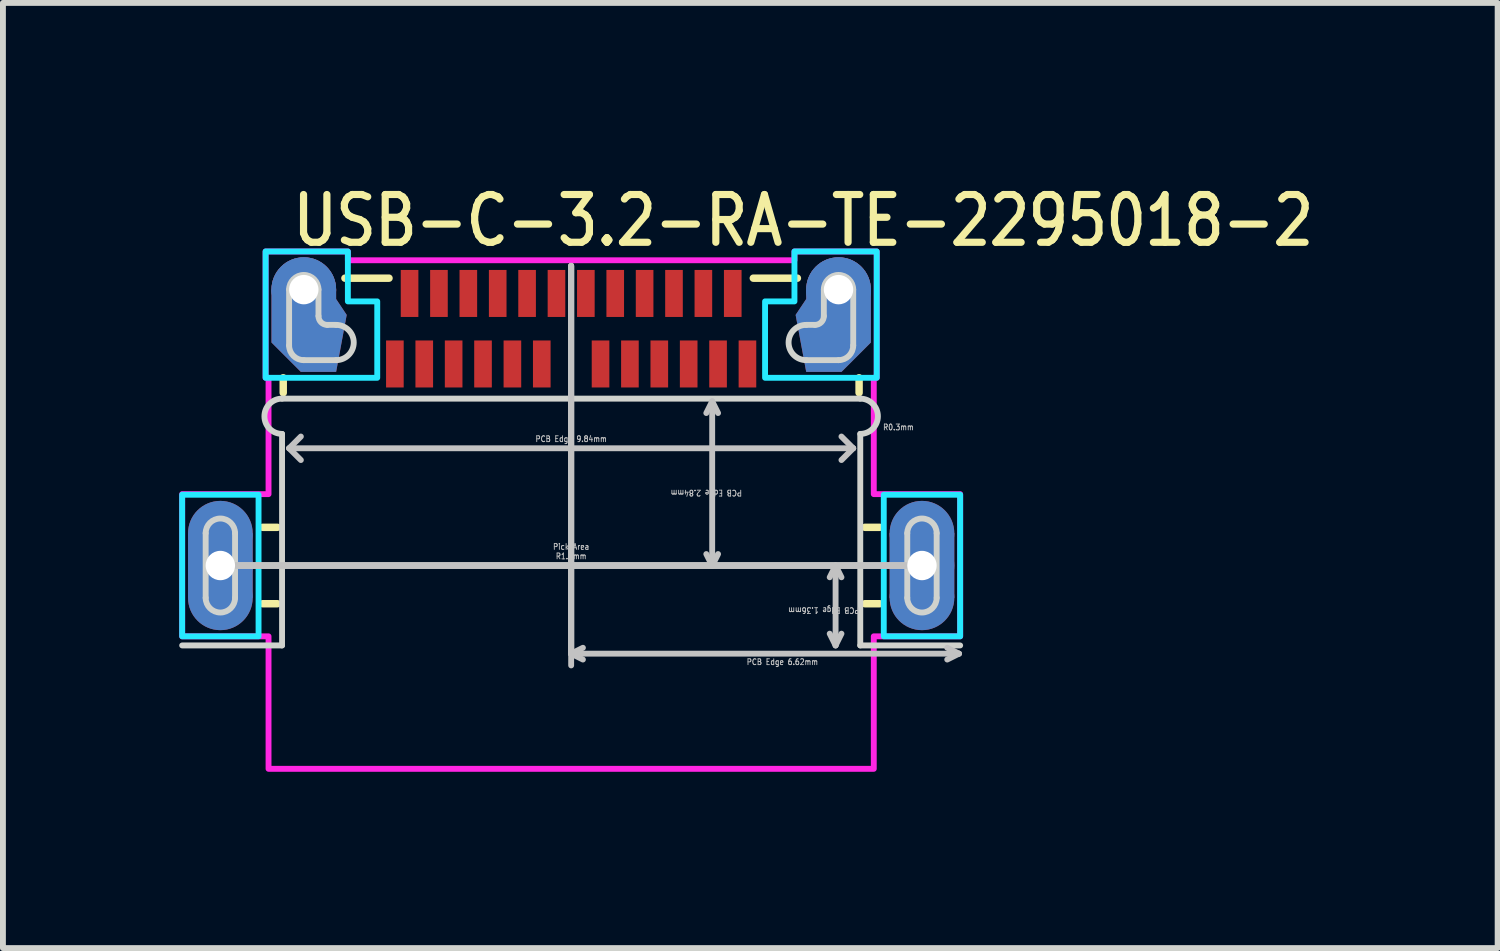
<source format=kicad_pcb>
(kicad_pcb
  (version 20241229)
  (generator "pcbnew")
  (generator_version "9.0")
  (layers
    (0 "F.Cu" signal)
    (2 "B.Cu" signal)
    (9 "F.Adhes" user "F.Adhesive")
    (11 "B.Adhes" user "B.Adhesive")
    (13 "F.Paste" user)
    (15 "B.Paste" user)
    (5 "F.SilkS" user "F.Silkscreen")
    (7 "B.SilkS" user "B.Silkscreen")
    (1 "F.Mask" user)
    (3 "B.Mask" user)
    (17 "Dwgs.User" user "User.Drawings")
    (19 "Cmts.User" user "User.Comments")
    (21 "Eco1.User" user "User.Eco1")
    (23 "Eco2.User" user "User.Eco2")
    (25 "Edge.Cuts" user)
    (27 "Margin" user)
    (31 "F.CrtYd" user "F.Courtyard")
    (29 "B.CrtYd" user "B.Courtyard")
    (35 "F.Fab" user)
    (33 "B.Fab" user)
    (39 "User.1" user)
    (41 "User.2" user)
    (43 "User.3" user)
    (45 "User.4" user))
  (footprint "USB-C-3.2-RA-TE-2295018-2"
    (layer "F.Cu")
    (at 6.67 6.574)
    (property "Reference" "USB-C-3.2-RA-TE-2295018-2" (at -4.8 -5.395 0) (unlocked yes) (layer "F.SilkS") (effects (font (size 0.813 0.695) (thickness 0.122)) (justify left bottom)))
    (fp_circle (center -5.97 -0.55) (end -6.52 -0.55) (stroke (width 0) (type solid)) (fill yes) (layer "F.Cu"))
    (fp_circle (center -5.97 0.55) (end -5.42 0.55) (stroke (width 0) (type solid)) (fill yes) (layer "F.Cu"))
    (fp_circle (center -4.55 -4.695) (end -5.1 -4.695) (stroke (width 0) (type solid)) (fill yes) (layer "F.Cu"))
    (fp_circle (center 4.55 -4.695) (end 5.1 -4.695) (stroke (width 0) (type solid)) (fill yes) (layer "F.Cu"))
    (fp_circle (center 5.97 -0.55) (end 5.42 -0.55) (stroke (width 0) (type solid)) (fill yes) (layer "F.Cu"))
    (fp_circle (center 5.97 0.55) (end 6.52 0.55) (stroke (width 0) (type solid)) (fill yes) (layer "F.Cu"))
    (fp_poly (pts (xy -6.52 -0.55) (xy -5.42 -0.55) (xy -5.42 0.55) (xy -6.52 0.55)) (stroke (width 0) (type solid)) (fill yes) (layer "F.Cu"))
    (fp_poly (pts (xy 5.42 -0.55) (xy 6.52 -0.55) (xy 6.52 0.55) (xy 5.42 0.55)) (stroke (width 0) (type solid)) (fill yes) (layer "F.Cu"))
    (fp_poly (pts (xy -5.1 -4.695) (xy -4 -4.695) (xy -4 -4.535) (xy -3.82 -4.265) (xy -4 -3.295) (xy -4.6 -3.295) (xy -5.1 -3.795)) (stroke (width 0) (type solid)) (fill yes) (layer "F.Cu"))
    (fp_poly (pts (xy 5.1 -4.695) (xy 4 -4.695) (xy 4 -4.535) (xy 3.82 -4.265) (xy 4 -3.295) (xy 4.6 -3.295) (xy 5.1 -3.795)) (stroke (width 0) (type solid)) (fill yes) (layer "F.Cu"))
    (fp_circle (center -5.97 -0.55) (end -6.62 -0.55) (stroke (width 0) (type solid)) (fill yes) (layer "F.Mask"))
    (fp_circle (center -5.97 0.55) (end -5.32 0.55) (stroke (width 0) (type solid)) (fill yes) (layer "F.Mask"))
    (fp_circle (center -4.55 -4.695) (end -5.2 -4.695) (stroke (width 0) (type solid)) (fill yes) (layer "F.Mask"))
    (fp_circle (center 4.55 -4.695) (end 5.2 -4.695) (stroke (width 0) (type solid)) (fill yes) (layer "F.Mask"))
    (fp_circle (center 5.97 -0.55) (end 5.32 -0.55) (stroke (width 0) (type solid)) (fill yes) (layer "F.Mask"))
    (fp_circle (center 5.97 0.55) (end 6.62 0.55) (stroke (width 0) (type solid)) (fill yes) (layer "F.Mask"))
    (fp_poly (pts (xy -6.62 -0.55) (xy -5.32 -0.55) (xy -5.32 0.55) (xy -6.62 0.55)) (stroke (width 0) (type solid)) (fill yes) (layer "F.Mask"))
    (fp_poly (pts (xy 5.32 -0.55) (xy 6.62 -0.55) (xy 6.62 0.55) (xy 5.32 0.55)) (stroke (width 0) (type solid)) (fill yes) (layer "F.Mask"))
    (fp_poly (pts (xy -5.2 -4.695) (xy -3.9 -4.695) (xy -3.9 -4.585) (xy -3.72 -4.33) (xy -4 -3.195) (xy -4.6 -3.195) (xy -5.2 -3.795)) (stroke (width 0) (type solid)) (fill yes) (layer "F.Mask"))
    (fp_poly (pts (xy 5.2 -4.695) (xy 3.9 -4.695) (xy 3.9 -4.585) (xy 3.72 -4.33) (xy 4 -3.195) (xy 4.6 -3.195) (xy 5.2 -3.795)) (stroke (width 0) (type solid)) (fill yes) (layer "F.Mask"))
    (fp_circle (center -5.97 -0.55) (end -6.52 -0.55) (stroke (width 0) (type solid)) (fill yes) (layer "B.Cu"))
    (fp_circle (center -5.97 0.55) (end -5.42 0.55) (stroke (width 0) (type solid)) (fill yes) (layer "B.Cu"))
    (fp_circle (center -4.55 -4.695) (end -5.1 -4.695) (stroke (width 0) (type solid)) (fill yes) (layer "B.Cu"))
    (fp_circle (center 4.55 -4.695) (end 5.1 -4.695) (stroke (width 0) (type solid)) (fill yes) (layer "B.Cu"))
    (fp_circle (center 5.97 -0.55) (end 5.42 -0.55) (stroke (width 0) (type solid)) (fill yes) (layer "B.Cu"))
    (fp_circle (center 5.97 0.55) (end 6.52 0.55) (stroke (width 0) (type solid)) (fill yes) (layer "B.Cu"))
    (fp_poly (pts (xy -6.52 -0.55) (xy -5.42 -0.55) (xy -5.42 0.55) (xy -6.52 0.55)) (stroke (width 0) (type solid)) (fill yes) (layer "B.Cu"))
    (fp_poly (pts (xy 5.42 -0.55) (xy 6.52 -0.55) (xy 6.52 0.55) (xy 5.42 0.55)) (stroke (width 0) (type solid)) (fill yes) (layer "B.Cu"))
    (fp_poly (pts (xy -5.1 -4.695) (xy -4 -4.695) (xy -4 -4.535) (xy -3.82 -4.265) (xy -4 -3.295) (xy -4.6 -3.295) (xy -5.1 -3.795)) (stroke (width 0) (type solid)) (fill yes) (layer "B.Cu"))
    (fp_poly (pts (xy 5.1 -4.695) (xy 4 -4.695) (xy 4 -4.535) (xy 3.82 -4.265) (xy 4 -3.295) (xy 4.6 -3.295) (xy 5.1 -3.795)) (stroke (width 0) (type solid)) (fill yes) (layer "B.Cu"))
    (fp_circle (center -5.97 -0.55) (end -6.62 -0.55) (stroke (width 0) (type solid)) (fill yes) (layer "B.Mask"))
    (fp_circle (center -5.97 0.55) (end -5.32 0.55) (stroke (width 0) (type solid)) (fill yes) (layer "B.Mask"))
    (fp_circle (center -4.55 -4.695) (end -5.2 -4.695) (stroke (width 0) (type solid)) (fill yes) (layer "B.Mask"))
    (fp_circle (center 4.55 -4.695) (end 5.2 -4.695) (stroke (width 0) (type solid)) (fill yes) (layer "B.Mask"))
    (fp_circle (center 5.97 -0.55) (end 5.32 -0.55) (stroke (width 0) (type solid)) (fill yes) (layer "B.Mask"))
    (fp_circle (center 5.97 0.55) (end 6.62 0.55) (stroke (width 0) (type solid)) (fill yes) (layer "B.Mask"))
    (fp_poly (pts (xy -6.62 -0.55) (xy -5.32 -0.55) (xy -5.32 0.55) (xy -6.62 0.55)) (stroke (width 0) (type solid)) (fill yes) (layer "B.Mask"))
    (fp_poly (pts (xy 5.32 -0.55) (xy 6.62 -0.55) (xy 6.62 0.55) (xy 5.32 0.55)) (stroke (width 0) (type solid)) (fill yes) (layer "B.Mask"))
    (fp_poly (pts (xy -5.2 -4.695) (xy -3.9 -4.695) (xy -3.9 -4.585) (xy -3.72 -4.33) (xy -4 -3.195) (xy -4.6 -3.195) (xy -5.2 -3.795)) (stroke (width 0) (type solid)) (fill yes) (layer "B.Mask"))
    (fp_poly (pts (xy 5.2 -4.695) (xy 3.9 -4.695) (xy 3.9 -4.585) (xy 3.72 -4.33) (xy 4 -3.195) (xy 4.6 -3.195) (xy 5.2 -3.795)) (stroke (width 0) (type solid)) (fill yes) (layer "B.Mask"))
    (fp_line (start -5.25 0.65) (end -5 0.65) (stroke (width 0.127) (type solid)) (layer "F.SilkS"))
    (fp_line (start -5 -0.65) (end -5.25 -0.65) (stroke (width 0.127) (type solid)) (layer "F.SilkS"))
    (fp_line (start -4.9 -3.195) (end -4.9 -2.94) (stroke (width 0.127) (type solid)) (layer "F.SilkS"))
    (fp_line (start -3.1 -4.89) (end -3.85 -4.89) (stroke (width 0.127) (type solid)) (layer "F.SilkS"))
    (fp_line (start 3.1 -4.89) (end 3.85 -4.89) (stroke (width 0.127) (type solid)) (layer "F.SilkS"))
    (fp_line (start 4.9 -3.195) (end 4.9 -2.94) (stroke (width 0.127) (type solid)) (layer "F.SilkS"))
    (fp_line (start 5 -0.65) (end 5.25 -0.65) (stroke (width 0.127) (type solid)) (layer "F.SilkS"))
    (fp_line (start 5 0.65) (end 5.25 0.65) (stroke (width 0.127) (type solid)) (layer "F.SilkS"))
    (fp_line (start -6 0) (end 6 0) (stroke (width 0.1) (type solid)) (layer "Dwgs.User"))
    (fp_line (start -6 0) (end 6 0) (stroke (width 0.1) (type solid)) (layer "Dwgs.User"))
    (fp_line (start -6 0) (end 6 0) (stroke (width 0.1) (type solid)) (layer "Dwgs.User"))
    (fp_line (start -6 0) (end 6 0) (stroke (width 0.1) (type solid)) (layer "Dwgs.User"))
    (fp_line (start -6 0) (end 6 0) (stroke (width 0.1) (type solid)) (layer "Dwgs.User"))
    (fp_line (start -6 0) (end 6 0) (stroke (width 0.1) (type solid)) (layer "Dwgs.User"))
    (fp_line (start -4.8 -1.995) (end -4.6 -2.195) (stroke (width 0.1) (type solid)) (layer "Dwgs.User"))
    (fp_line (start -4.8 -1.995) (end -4.6 -1.795) (stroke (width 0.1) (type solid)) (layer "Dwgs.User"))
    (fp_line (start -4.8 -1.995) (end 4.8 -1.995) (stroke (width 0.1) (type solid)) (layer "Dwgs.User"))
    (fp_line (start 0 -5.1) (end 0 1.5) (stroke (width 0.1) (type solid)) (layer "Dwgs.User"))
    (fp_line (start 0 -5.1) (end 0 1.5) (stroke (width 0.1) (type solid)) (layer "Dwgs.User"))
    (fp_line (start 0 -5.1) (end 0 1.5) (stroke (width 0.1) (type solid)) (layer "Dwgs.User"))
    (fp_line (start 0 -5.1) (end 0 1.5) (stroke (width 0.1) (type solid)) (layer "Dwgs.User"))
    (fp_line (start 0 1.5) (end 0 1.7) (stroke (width 0.1) (type solid)) (layer "Dwgs.User"))
    (fp_line (start 0 1.5) (end 0.2 1.4) (stroke (width 0.1) (type solid)) (layer "Dwgs.User"))
    (fp_line (start 0 1.5) (end 0.2 1.6) (stroke (width 0.1) (type solid)) (layer "Dwgs.User"))
    (fp_line (start 2.4 -2.795) (end 2.3 -2.595) (stroke (width 0.1) (type solid)) (layer "Dwgs.User"))
    (fp_line (start 2.4 -2.795) (end 2.4 0.005) (stroke (width 0.1) (type solid)) (layer "Dwgs.User"))
    (fp_line (start 2.4 -2.795) (end 2.5 -2.595) (stroke (width 0.1) (type solid)) (layer "Dwgs.User"))
    (fp_line (start 2.4 0.005) (end 2.3 -0.195) (stroke (width 0.1) (type solid)) (layer "Dwgs.User"))
    (fp_line (start 2.4 0.005) (end 2.5 -0.195) (stroke (width 0.1) (type solid)) (layer "Dwgs.User"))
    (fp_line (start 4.5 0) (end 4.4 0.2) (stroke (width 0.1) (type solid)) (layer "Dwgs.User"))
    (fp_line (start 4.5 0) (end 4.5 1.36) (stroke (width 0.1) (type solid)) (layer "Dwgs.User"))
    (fp_line (start 4.5 0) (end 4.6 0.2) (stroke (width 0.1) (type solid)) (layer "Dwgs.User"))
    (fp_line (start 4.5 1.36) (end 4.4 1.16) (stroke (width 0.1) (type solid)) (layer "Dwgs.User"))
    (fp_line (start 4.5 1.36) (end 4.6 1.16) (stroke (width 0.1) (type solid)) (layer "Dwgs.User"))
    (fp_line (start 4.8 -1.995) (end 4.6 -2.195) (stroke (width 0.1) (type solid)) (layer "Dwgs.User"))
    (fp_line (start 4.8 -1.995) (end 4.6 -1.795) (stroke (width 0.1) (type solid)) (layer "Dwgs.User"))
    (fp_line (start 6.4 1.4) (end 6.6 1.5) (stroke (width 0.1) (type solid)) (layer "Dwgs.User"))
    (fp_line (start 6.6 1.5) (end 0 1.5) (stroke (width 0.1) (type solid)) (layer "Dwgs.User"))
    (fp_line (start 6.6 1.5) (end 6.4 1.6) (stroke (width 0.1) (type solid)) (layer "Dwgs.User"))
    (fp_circle (center 0 0) (end 1.5 0) (stroke (width 0.0001) (type solid)) (fill no) (layer "Dwgs.User"))
    (fp_line (start -6.22 0.55) (end -6.22 -0.55) (stroke (width 0.1) (type solid)) (layer "Edge.Cuts"))
    (fp_line (start -5.72 -0.55) (end -5.72 0.55) (stroke (width 0.1) (type solid)) (layer "Edge.Cuts"))
    (fp_line (start -4.92 -2.84) (end 4.92 -2.84) (stroke (width 0.1) (type solid)) (layer "Edge.Cuts"))
    (fp_line (start -4.92 1.36) (end -6.62 1.36) (stroke (width 0.1) (type solid)) (layer "Edge.Cuts"))
    (fp_line (start -4.92 1.36) (end -4.92 -2.24) (stroke (width 0.1) (type solid)) (layer "Edge.Cuts"))
    (fp_line (start -4.8 -3.745) (end -4.8 -4.695) (stroke (width 0.1) (type solid)) (layer "Edge.Cuts"))
    (fp_line (start -4.3 -4.695) (end -4.3 -4.245) (stroke (width 0.1) (type solid)) (layer "Edge.Cuts"))
    (fp_line (start -4.15 -4.095) (end -4 -4.095) (stroke (width 0.1) (type solid)) (layer "Edge.Cuts"))
    (fp_line (start -4 -3.495) (end -4.55 -3.495) (stroke (width 0.1) (type solid)) (layer "Edge.Cuts"))
    (fp_line (start 4 -3.495) (end 4.55 -3.495) (stroke (width 0.1) (type solid)) (layer "Edge.Cuts"))
    (fp_line (start 4.15 -4.095) (end 4 -4.095) (stroke (width 0.1) (type solid)) (layer "Edge.Cuts"))
    (fp_line (start 4.3 -4.695) (end 4.3 -4.245) (stroke (width 0.1) (type solid)) (layer "Edge.Cuts"))
    (fp_line (start 4.8 -3.745) (end 4.8 -4.695) (stroke (width 0.1) (type solid)) (layer "Edge.Cuts"))
    (fp_line (start 4.92 -2.24) (end 4.92 1.36) (stroke (width 0.1) (type solid)) (layer "Edge.Cuts"))
    (fp_line (start 5.72 0.55) (end 5.72 -0.55) (stroke (width 0.1) (type solid)) (layer "Edge.Cuts"))
    (fp_line (start 6.22 -0.55) (end 6.22 0.55) (stroke (width 0.1) (type solid)) (layer "Edge.Cuts"))
    (fp_line (start 6.62 1.36) (end 4.92 1.36) (stroke (width 0.1) (type solid)) (layer "Edge.Cuts"))
    (fp_arc (start -6.22 -0.55) (mid -5.97 -0.8) (end -5.72 -0.55) (stroke (width 0.1) (type solid)) (layer "Edge.Cuts"))
    (fp_arc (start -5.72 0.55) (mid -5.97 0.8) (end -6.22 0.55) (stroke (width 0.1) (type solid)) (layer "Edge.Cuts"))
    (fp_arc (start -4.92 -2.24) (mid -5.22 -2.54) (end -4.92 -2.84) (stroke (width 0.1) (type solid)) (layer "Edge.Cuts"))
    (fp_arc (start -4.8 -4.695) (mid -4.55 -4.945) (end -4.3 -4.695) (stroke (width 0.1) (type solid)) (layer "Edge.Cuts"))
    (fp_arc (start -4.55 -3.495) (mid -4.726777 -3.568223) (end -4.8 -3.745) (stroke (width 0.1) (type solid)) (layer "Edge.Cuts"))
    (fp_arc (start -4.15 -4.095) (mid -4.256066 -4.138934) (end -4.3 -4.245) (stroke (width 0.1) (type solid)) (layer "Edge.Cuts"))
    (fp_arc (start -4 -4.095) (mid -3.7 -3.795) (end -4 -3.495) (stroke (width 0.1) (type solid)) (layer "Edge.Cuts"))
    (fp_arc (start 4 -3.495) (mid 3.7 -3.795) (end 4 -4.095) (stroke (width 0.1) (type solid)) (layer "Edge.Cuts"))
    (fp_arc (start 4.3 -4.695) (mid 4.55 -4.945) (end 4.8 -4.695) (stroke (width 0.1) (type solid)) (layer "Edge.Cuts"))
    (fp_arc (start 4.3 -4.245) (mid 4.256066 -4.138934) (end 4.15 -4.095) (stroke (width 0.1) (type solid)) (layer "Edge.Cuts"))
    (fp_arc (start 4.8 -3.745) (mid 4.726777 -3.568223) (end 4.55 -3.495) (stroke (width 0.1) (type solid)) (layer "Edge.Cuts"))
    (fp_arc (start 4.92 -2.84) (mid 5.22 -2.54) (end 4.92 -2.24) (stroke (width 0.1) (type solid)) (layer "Edge.Cuts"))
    (fp_arc (start 5.72 -0.55) (mid 5.97 -0.8) (end 6.22 -0.55) (stroke (width 0.1) (type solid)) (layer "Edge.Cuts"))
    (fp_arc (start 6.22 0.55) (mid 5.97 0.8) (end 5.72 0.55) (stroke (width 0.1) (type solid)) (layer "Edge.Cuts"))
    (fp_poly (pts (xy -6.62 -1.205) (xy -5.32 -1.205) (xy -5.32 1.205) (xy -6.62 1.205)) (stroke (width 0.1) (type solid)) (fill no) (layer "B.CrtYd"))
    (fp_poly (pts (xy 5.32 -1.205) (xy 6.62 -1.205) (xy 6.62 1.205) (xy 5.32 1.205)) (stroke (width 0.1) (type solid)) (fill no) (layer "B.CrtYd"))
    (fp_poly (pts (xy -5.2 -5.345) (xy -3.8 -5.345) (xy -3.8 -4.495) (xy -3.3 -4.495) (xy -3.3 -3.195) (xy -5.2 -3.195)) (stroke (width 0.1) (type solid)) (fill no) (layer "B.CrtYd"))
    (fp_poly (pts (xy 5.2 -5.345) (xy 3.8 -5.345) (xy 3.8 -4.495) (xy 3.3 -4.495) (xy 3.3 -3.195) (xy 5.2 -3.195)) (stroke (width 0.1) (type solid)) (fill no) (layer "B.CrtYd"))
    (fp_poly (pts (xy -5.2 -5.345) (xy -3.8 -5.345) (xy -3.8 -5.195) (xy 3.8 -5.195) (xy 3.8 -5.345) (xy 5.2 -5.345) (xy 5.2 -3.195) (xy 5.15 -3.195) (xy 5.15 -1.215) (xy 6.62 -1.215) (xy 6.62 1.205) (xy 5.15 1.205) (xy 5.15 3.46) (xy -5.15 3.46) (xy -5.15 1.205) (xy -6.62 1.205) (xy -6.62 -1.215) (xy -5.15 -1.215) (xy -5.15 -3.195) (xy -5.2 -3.195)) (stroke (width 0.1) (type solid)) (fill no) (layer "F.CrtYd"))
    (fp_text user "Pick Area\nR1.5mm" (at 0 -0.1 0) (unlocked yes) (layer "Dwgs.User") (effects (font (size 0.1 0.086) (thickness 0.015)) (justify bottom)))
    (fp_text user "R0.3mm" (at 5.3 -2.295 0) (unlocked yes) (layer "Dwgs.User") (effects (font (size 0.1 0.086) (thickness 0.015)) (justify left bottom)))
    (fp_text user "PCB Edge 9.84mm" (at 0 -2.095 0) (unlocked yes) (layer "Dwgs.User") (effects (font (size 0.1 0.086) (thickness 0.015)) (justify bottom)))
    (fp_text user "PCB Edge 2.84mm" (at 2.3 -1.295 180) (unlocked yes) (layer "Dwgs.User") (effects (font (size 0.1 0.086) (thickness 0.015)) (justify bottom)))
    (fp_text user "PCB Edge 6.62mm" (at 3.595 1.7 0) (unlocked yes) (layer "Dwgs.User") (effects (font (size 0.1 0.086) (thickness 0.015)) (justify bottom)))
    (fp_text user "PCB Edge 1.36mm" (at 4.3 0.705 180) (unlocked yes) (layer "Dwgs.User") (effects (font (size 0.1 0.086) (thickness 0.015)) (justify bottom)))
    (pad "A_1" smd rect (at -2.75 -4.63) (size 0.3 0.8) (layers "F.Cu" "F.Mask" "F.Paste"))
    (pad "A_2" smd rect (at -2.25 -4.63) (size 0.3 0.8) (layers "F.Cu" "F.Mask" "F.Paste"))
    (pad "A_3" smd rect (at -1.75 -4.63) (size 0.3 0.8) (layers "F.Cu" "F.Mask" "F.Paste"))
    (pad "A_4" smd rect (at -1.25 -4.63) (size 0.3 0.8) (layers "F.Cu" "F.Mask" "F.Paste"))
    (pad "A_5" smd rect (at -0.75 -4.63) (size 0.3 0.8) (layers "F.Cu" "F.Mask" "F.Paste"))
    (pad "A_6" smd rect (at -0.25 -4.63) (size 0.3 0.8) (layers "F.Cu" "F.Mask" "F.Paste"))
    (pad "A_7" smd rect (at 0.25 -4.63) (size 0.3 0.8) (layers "F.Cu" "F.Mask" "F.Paste"))
    (pad "A_8" smd rect (at 0.75 -4.63) (size 0.3 0.8) (layers "F.Cu" "F.Mask" "F.Paste"))
    (pad "A_9" smd rect (at 1.25 -4.63) (size 0.3 0.8) (layers "F.Cu" "F.Mask" "F.Paste"))
    (pad "A_10" smd rect (at 1.75 -4.63) (size 0.3 0.8) (layers "F.Cu" "F.Mask" "F.Paste"))
    (pad "A_11" smd rect (at 2.25 -4.63) (size 0.3 0.8) (layers "F.Cu" "F.Mask" "F.Paste"))
    (pad "A_12" smd rect (at 2.75 -4.63) (size 0.3 0.8) (layers "F.Cu" "F.Mask" "F.Paste"))
    (pad "B_1" smd rect (at 3 -3.43) (size 0.3 0.8) (layers "F.Cu" "F.Mask" "F.Paste"))
    (pad "B_2" smd rect (at 2.5 -3.43) (size 0.3 0.8) (layers "F.Cu" "F.Mask" "F.Paste"))
    (pad "B_3" smd rect (at 2 -3.43) (size 0.3 0.8) (layers "F.Cu" "F.Mask" "F.Paste"))
    (pad "B_4" smd rect (at 1.5 -3.43) (size 0.3 0.8) (layers "F.Cu" "F.Mask" "F.Paste"))
    (pad "B_5" smd rect (at 1 -3.43) (size 0.3 0.8) (layers "F.Cu" "F.Mask" "F.Paste"))
    (pad "B_6" smd rect (at 0.5 -3.43) (size 0.3 0.8) (layers "F.Cu" "F.Mask" "F.Paste"))
    (pad "B_7" smd rect (at -0.5 -3.43) (size 0.3 0.8) (layers "F.Cu" "F.Mask" "F.Paste"))
    (pad "B_8" smd rect (at -1 -3.43) (size 0.3 0.8) (layers "F.Cu" "F.Mask" "F.Paste"))
    (pad "B_9" smd rect (at -1.5 -3.43) (size 0.3 0.8) (layers "F.Cu" "F.Mask" "F.Paste"))
    (pad "B_10" smd rect (at -2 -3.43) (size 0.3 0.8) (layers "F.Cu" "F.Mask" "F.Paste"))
    (pad "B_11" smd rect (at -2.5 -3.43) (size 0.3 0.8) (layers "F.Cu" "F.Mask" "F.Paste"))
    (pad "B_12" smd rect (at -3 -3.43) (size 0.3 0.8) (layers "F.Cu" "F.Mask" "F.Paste"))
    (pad "S_1" thru_hole oval (at -4.55 -4.695) (size 1.1 1.1) (drill 0.5) (layers "*.Cu" "*.Mask"))
    (pad "S_2" thru_hole oval (at 4.55 -4.695 180) (size 1.1 1.1) (drill 0.5) (layers "*.Cu" "*.Mask"))
    (pad "S_3" thru_hole oval (at -5.97 0) (size 1.1 1.1) (drill 0.5) (layers "*.Cu" "*.Mask"))
    (pad "S_4" thru_hole oval (at 5.97 0) (size 1.1 1.1) (drill 0.5) (layers "*.Cu" "*.Mask")))
  (gr_rect
    (start -3 -3)
    (end 22.437 13.084)
    (stroke (width 0.1) (type default))
    (fill no)
    (layer "Edge.Cuts")))
</source>
